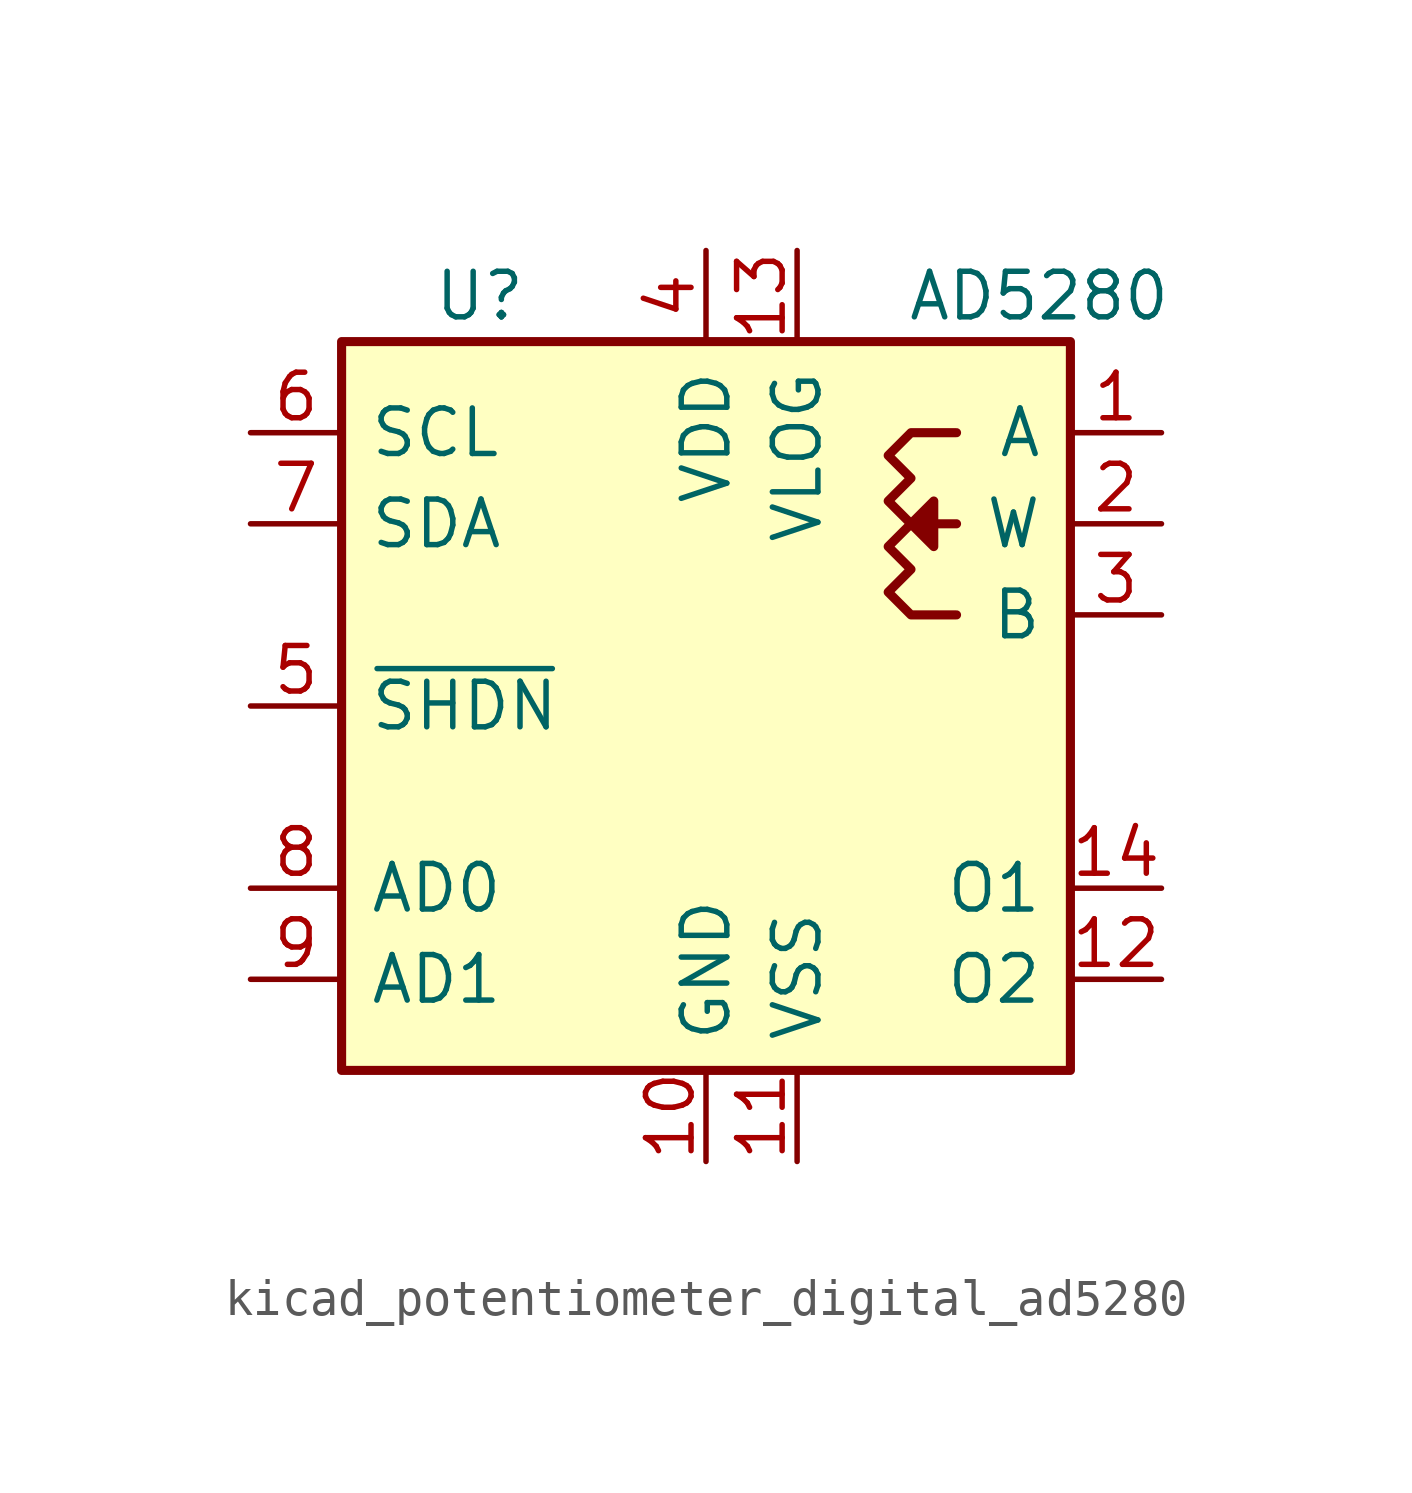
<source format=kicad_sym>
(kicad_symbol_lib
  (version 20220914)
  (generator kicad_symbol_editor)
  (symbol "kicad_potentiometer_digital_ad5280"
    (pin_names
      (offset 0.762))
    (property "Reference" "U"
      (at -7.62 11.43 0)
      (effects (font (size 1.27 1.27)) (justify left)))
    (property "Value" "AD5280"
      (at 5.588 11.43 0)
      (effects (font (size 1.27 1.27)) (justify left)))
    (symbol "kicad_potentiometer_digital_ad5280_0_1"
      (rectangle (start -10.16 10.16) (end 10.16 -10.16) (stroke (width 0.254) (type default)) (fill (type background)))
      (polyline (pts (xy 6.985 5.08) (xy 6.35 5.08) (xy 5.715 5.08) (xy 6.35 5.715) (xy 6.35 4.445) (xy 5.715 5.08)) (stroke (width 0.254) (type default)) (fill (type outline)))
      (polyline (pts (xy 6.985 7.62) (xy 5.715 7.62) (xy 5.08 6.985) (xy 5.715 6.35) (xy 5.08 5.715) (xy 5.715 5.08) (xy 5.08 4.445) (xy 5.715 3.81) (xy 5.08 3.175) (xy 5.715 2.54) (xy 6.985 2.54)) (stroke (width 0.254) (type default)) (fill (type none))))
    (symbol "kicad_potentiometer_digital_ad5280_1_1"
      (pin passive line (at 12.7 7.62 180) (length 2.54) (name "A" (effects (font (size 1.27 1.27)))) (number "1" (effects (font (size 1.27 1.27)))))
      (pin power_in line (at 0 -12.7 90) (length 2.54) (name "GND" (effects (font (size 1.27 1.27)))) (number "10" (effects (font (size 1.27 1.27)))))
      (pin power_in line (at 2.54 -12.7 90) (length 2.54) (name "VSS" (effects (font (size 1.27 1.27)))) (number "11" (effects (font (size 1.27 1.27)))))
      (pin output line (at 12.7 -7.62 180) (length 2.54) (name "O2" (effects (font (size 1.27 1.27)))) (number "12" (effects (font (size 1.27 1.27)))))
      (pin power_in line (at 2.54 12.7 270) (length 2.54) (name "VLOG" (effects (font (size 1.27 1.27)))) (number "13" (effects (font (size 1.27 1.27)))))
      (pin output line (at 12.7 -5.08 180) (length 2.54) (name "O1" (effects (font (size 1.27 1.27)))) (number "14" (effects (font (size 1.27 1.27)))))
      (pin passive line (at 12.7 5.08 180) (length 2.54) (name "W" (effects (font (size 1.27 1.27)))) (number "2" (effects (font (size 1.27 1.27)))))
      (pin passive line (at 12.7 2.54 180) (length 2.54) (name "B" (effects (font (size 1.27 1.27)))) (number "3" (effects (font (size 1.27 1.27)))))
      (pin power_in line (at 0 12.7 270) (length 2.54) (name "VDD" (effects (font (size 1.27 1.27)))) (number "4" (effects (font (size 1.27 1.27)))))
      (pin input line (at -12.7 0 0) (length 2.54) (name "~{SHDN}" (effects (font (size 1.27 1.27)))) (number "5" (effects (font (size 1.27 1.27)))))
      (pin input line (at -12.7 7.62 0) (length 2.54) (name "SCL" (effects (font (size 1.27 1.27)))) (number "6" (effects (font (size 1.27 1.27)))))
      (pin bidirectional line (at -12.7 5.08 0) (length 2.54) (name "SDA" (effects (font (size 1.27 1.27)))) (number "7" (effects (font (size 1.27 1.27)))))
      (pin input line (at -12.7 -5.08 0) (length 2.54) (name "AD0" (effects (font (size 1.27 1.27)))) (number "8" (effects (font (size 1.27 1.27)))))
      (pin input line (at -12.7 -7.62 0) (length 2.54) (name "AD1" (effects (font (size 1.27 1.27)))) (number "9" (effects (font (size 1.27 1.27))))))))
</source>
